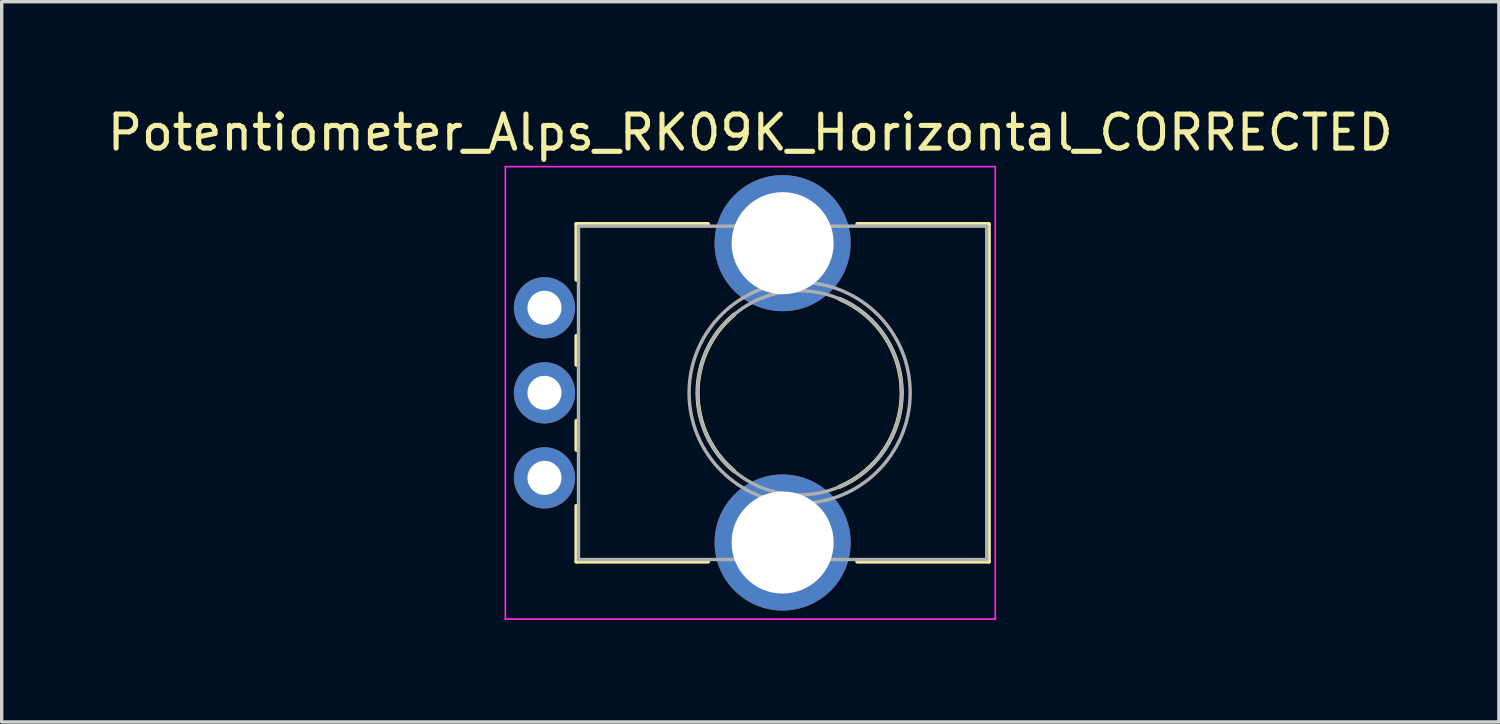
<source format=kicad_pcb>
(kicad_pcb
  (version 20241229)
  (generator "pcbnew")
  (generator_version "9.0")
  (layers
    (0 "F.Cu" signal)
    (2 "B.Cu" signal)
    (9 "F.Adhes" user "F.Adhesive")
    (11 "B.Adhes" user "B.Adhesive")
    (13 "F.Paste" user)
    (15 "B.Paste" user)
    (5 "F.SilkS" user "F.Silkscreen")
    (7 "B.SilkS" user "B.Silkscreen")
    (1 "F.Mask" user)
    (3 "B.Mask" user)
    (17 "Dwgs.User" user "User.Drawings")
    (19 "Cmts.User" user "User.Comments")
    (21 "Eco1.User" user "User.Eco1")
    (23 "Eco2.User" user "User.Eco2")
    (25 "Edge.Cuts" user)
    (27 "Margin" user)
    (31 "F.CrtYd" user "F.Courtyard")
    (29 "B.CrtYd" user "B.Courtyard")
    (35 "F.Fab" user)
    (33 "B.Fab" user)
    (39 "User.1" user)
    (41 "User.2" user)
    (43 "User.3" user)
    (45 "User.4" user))
  (footprint "Potentiometer_Alps_RK09K_Horizontal_CORRECTED"
    (layer "F.Cu")
    (at 12.956 10.998)
    (property "Reference" "Potentiometer_Alps_RK09K_Horizontal_CORRECTED" (at 6.05 -10.15 0) (layer "F.SilkS") (effects (font (size 1 1) (thickness 0.15))))
    (attr through_hole)
    (fp_line (start 0.94 -7.461) (end 0.94 -5.825) (stroke (width 0.12) (type solid)) (layer "F.SilkS"))
    (fp_line (start 0.94 -7.461) (end 4.806 -7.461) (stroke (width 0.12) (type solid)) (layer "F.SilkS"))
    (fp_line (start 0.94 -4.175) (end 0.94 -3.325) (stroke (width 0.12) (type solid)) (layer "F.SilkS"))
    (fp_line (start 0.94 -1.675) (end 0.94 -0.825) (stroke (width 0.12) (type solid)) (layer "F.SilkS"))
    (fp_line (start 0.94 0.825) (end 0.94 2.46) (stroke (width 0.12) (type solid)) (layer "F.SilkS"))
    (fp_line (start 0.94 2.46) (end 4.806 2.46) (stroke (width 0.12) (type solid)) (layer "F.SilkS"))
    (fp_line (start 9.195 -7.461) (end 13.06 -7.461) (stroke (width 0.12) (type solid)) (layer "F.SilkS"))
    (fp_line (start 9.195 2.46) (end 13.06 2.46) (stroke (width 0.12) (type solid)) (layer "F.SilkS"))
    (fp_line (start 13.06 -7.461) (end 13.06 2.46) (stroke (width 0.12) (type solid)) (layer "F.SilkS"))
    (fp_arc (start 5.571705 -0.202247) (mid 4.500335 -2.500192) (end 5.572 -4.798) (stroke (width 0.12) (type solid)) (layer "F.SilkS"))
    (fp_arc (start 8.671982 -5.262432) (mid 10.500762 -2.500553) (end 8.673 0.262) (stroke (width 0.12) (type solid)) (layer "F.SilkS"))
    (fp_line (start -1.15 -9.15) (end -1.15 4.15) (stroke (width 0.05) (type solid)) (layer "F.CrtYd"))
    (fp_line (start -1.15 4.15) (end 13.25 4.15) (stroke (width 0.05) (type solid)) (layer "F.CrtYd"))
    (fp_line (start 13.25 -9.15) (end -1.15 -9.15) (stroke (width 0.05) (type solid)) (layer "F.CrtYd"))
    (fp_line (start 13.25 4.15) (end 13.25 -9.15) (stroke (width 0.05) (type solid)) (layer "F.CrtYd"))
    (fp_line (start 1 -7.4) (end 1 2.4) (stroke (width 0.1) (type solid)) (layer "F.Fab"))
    (fp_line (start 1 2.4) (end 13 2.4) (stroke (width 0.1) (type solid)) (layer "F.Fab"))
    (fp_line (start 13 -7.4) (end 1 -7.4) (stroke (width 0.1) (type solid)) (layer "F.Fab"))
    (fp_line (start 13 2.4) (end 13 -7.4) (stroke (width 0.1) (type solid)) (layer "F.Fab"))
    (fp_circle (center 7.5 -2.5) (end 10.5 -2.5) (stroke (width 0.1) (type solid)) (fill no) (layer "F.Fab"))
    (fp_circle (center 7.5 -2.5) (end 10.75 -2.5) (stroke (width 0.1) (type solid)) (fill no) (layer "F.Fab"))
    (pad "0" thru_hole circle (at 7 -6.9) (size 4 4) (drill 3) (layers "*.Cu" "*.Mask"))
    (pad "0" thru_hole circle (at 7 1.9) (size 4 4) (drill 3) (layers "*.Cu" "*.Mask"))
    (pad "1" thru_hole circle (at 0 -5) (size 1.8 1.8) (drill 1) (layers "*.Cu" "*.Mask"))
    (pad "2" thru_hole circle (at 0 -2.5) (size 1.8 1.8) (drill 1) (layers "*.Cu" "*.Mask"))
    (pad "3" thru_hole circle (at 0 0) (size 1.8 1.8) (drill 1) (layers "*.Cu" "*.Mask")))
  (gr_rect
    (start -3 -3)
    (end 41.012 18.173)
    (stroke (width 0.1) (type default))
    (fill no)
    (layer "Edge.Cuts")))
</source>
